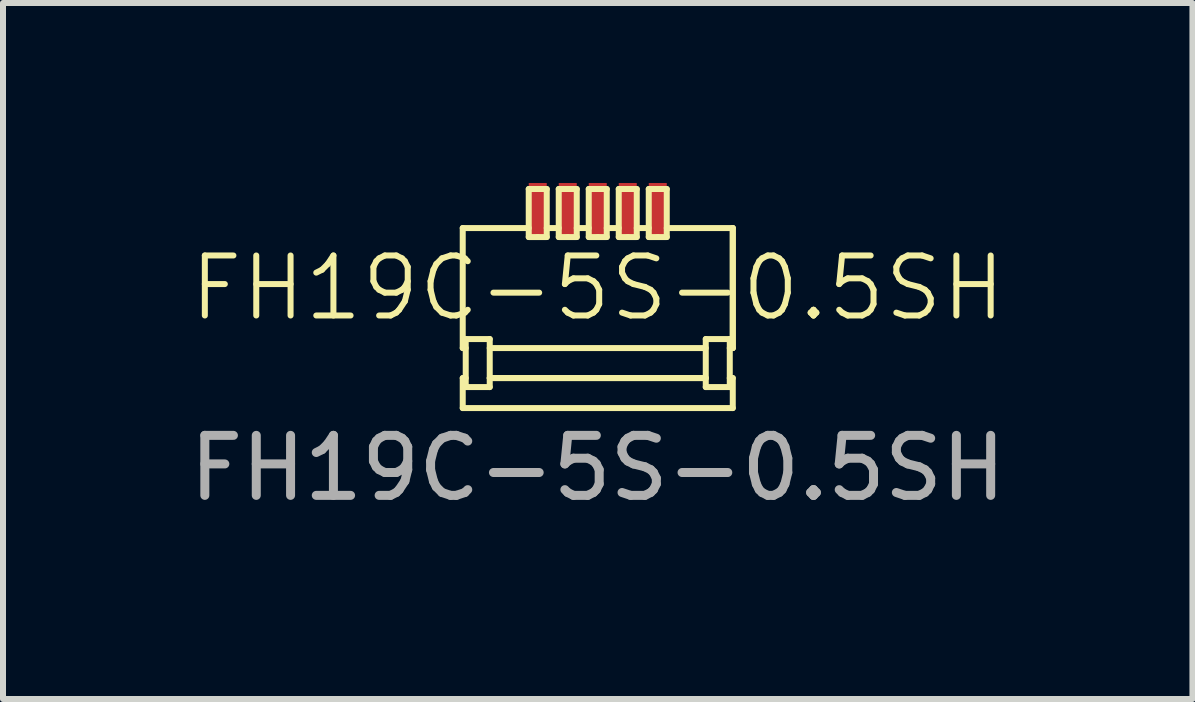
<source format=kicad_pcb>
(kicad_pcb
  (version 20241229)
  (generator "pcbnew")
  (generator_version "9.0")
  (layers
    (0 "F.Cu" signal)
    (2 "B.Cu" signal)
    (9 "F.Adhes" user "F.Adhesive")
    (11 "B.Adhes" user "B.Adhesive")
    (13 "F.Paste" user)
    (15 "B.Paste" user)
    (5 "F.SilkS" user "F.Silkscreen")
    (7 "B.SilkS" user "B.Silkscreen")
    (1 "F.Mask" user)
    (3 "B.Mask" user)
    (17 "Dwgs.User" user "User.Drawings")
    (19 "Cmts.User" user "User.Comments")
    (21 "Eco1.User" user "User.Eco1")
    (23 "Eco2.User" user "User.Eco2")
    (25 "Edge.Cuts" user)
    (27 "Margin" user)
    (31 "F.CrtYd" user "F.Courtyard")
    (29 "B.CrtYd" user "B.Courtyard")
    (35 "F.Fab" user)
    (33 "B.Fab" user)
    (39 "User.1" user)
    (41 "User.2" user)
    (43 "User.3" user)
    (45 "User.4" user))
  (footprint "FH19C-5S-0.5SH"
    (layer "F.Cu")
    (at 6.911 2.25)
    (property "Reference" "FH19C-5S-0.5SH" (at 0 -0.5 0) (unlocked yes) (layer "F.SilkS") (effects (font (size 1 1) (thickness 0.1))))
    (attr smd)
    (fp_line (start -2.25 0.5) (end -2.25 -1.5) (stroke (width 0.1) (type solid)) (layer "F.SilkS"))
    (fp_line (start -2.25 0.5) (end -2.2 0.5) (stroke (width 0.1) (type solid)) (layer "F.SilkS"))
    (fp_line (start -2.25 1) (end -2.25 1.5) (stroke (width 0.1) (type solid)) (layer "F.SilkS"))
    (fp_line (start -2.2 0.35) (end -1.8 0.35) (stroke (width 0.1) (type solid)) (layer "F.SilkS"))
    (fp_line (start -2.2 1) (end -2.25 1) (stroke (width 0.1) (type solid)) (layer "F.SilkS"))
    (fp_line (start -2.2 1.15) (end -2.2 0.35) (stroke (width 0.1) (type solid)) (layer "F.SilkS"))
    (fp_line (start -1.8 0.5) (end 1.8 0.5) (stroke (width 0.1) (type solid)) (layer "F.SilkS"))
    (fp_line (start -1.8 1) (end 1.8 1) (stroke (width 0.1) (type solid)) (layer "F.SilkS"))
    (fp_line (start -1.8 1.15) (end -2.2 1.15) (stroke (width 0.1) (type solid)) (layer "F.SilkS"))
    (fp_line (start -1.8 1.15) (end -1.8 0.35) (stroke (width 0.1) (type solid)) (layer "F.SilkS"))
    (fp_line (start -1.15 -2.15) (end -0.85 -2.15) (stroke (width 0.1) (type solid)) (layer "F.SilkS"))
    (fp_line (start -1.15 -1.5) (end -2.25 -1.5) (stroke (width 0.1) (type solid)) (layer "F.SilkS"))
    (fp_line (start -1.15 -1.35) (end -1.15 -2.15) (stroke (width 0.1) (type solid)) (layer "F.SilkS"))
    (fp_line (start -1 -1.35) (end -1.15 -1.35) (stroke (width 0.1) (type solid)) (layer "F.SilkS"))
    (fp_line (start -0.85 -2.15) (end -0.85 -1.35) (stroke (width 0.1) (type solid)) (layer "F.SilkS"))
    (fp_line (start -0.85 -1.35) (end -1 -1.35) (stroke (width 0.1) (type solid)) (layer "F.SilkS"))
    (fp_line (start -0.65 -2.15) (end -0.35 -2.15) (stroke (width 0.1) (type solid)) (layer "F.SilkS"))
    (fp_line (start -0.65 -1.5) (end -0.85 -1.5) (stroke (width 0.1) (type solid)) (layer "F.SilkS"))
    (fp_line (start -0.65 -1.35) (end -0.65 -2.15) (stroke (width 0.1) (type solid)) (layer "F.SilkS"))
    (fp_line (start -0.5 -1.35) (end -0.65 -1.35) (stroke (width 0.1) (type solid)) (layer "F.SilkS"))
    (fp_line (start -0.35 -2.15) (end -0.35 -1.35) (stroke (width 0.1) (type solid)) (layer "F.SilkS"))
    (fp_line (start -0.35 -1.35) (end -0.5 -1.35) (stroke (width 0.1) (type solid)) (layer "F.SilkS"))
    (fp_line (start -0.15 -2.15) (end 0.15 -2.15) (stroke (width 0.1) (type solid)) (layer "F.SilkS"))
    (fp_line (start -0.15 -1.5) (end -0.35 -1.5) (stroke (width 0.1) (type solid)) (layer "F.SilkS"))
    (fp_line (start -0.15 -1.35) (end -0.15 -2.15) (stroke (width 0.1) (type solid)) (layer "F.SilkS"))
    (fp_line (start 0 -1.35) (end -0.15 -1.35) (stroke (width 0.1) (type solid)) (layer "F.SilkS"))
    (fp_line (start 0.15 -2.15) (end 0.15 -1.35) (stroke (width 0.1) (type solid)) (layer "F.SilkS"))
    (fp_line (start 0.15 -1.35) (end 0 -1.35) (stroke (width 0.1) (type solid)) (layer "F.SilkS"))
    (fp_line (start 0.35 -2.15) (end 0.65 -2.15) (stroke (width 0.1) (type solid)) (layer "F.SilkS"))
    (fp_line (start 0.35 -1.5) (end 0.15 -1.5) (stroke (width 0.1) (type solid)) (layer "F.SilkS"))
    (fp_line (start 0.35 -1.35) (end 0.35 -2.15) (stroke (width 0.1) (type solid)) (layer "F.SilkS"))
    (fp_line (start 0.5 -1.35) (end 0.35 -1.35) (stroke (width 0.1) (type solid)) (layer "F.SilkS"))
    (fp_line (start 0.65 -2.15) (end 0.65 -1.35) (stroke (width 0.1) (type solid)) (layer "F.SilkS"))
    (fp_line (start 0.65 -1.35) (end 0.5 -1.35) (stroke (width 0.1) (type solid)) (layer "F.SilkS"))
    (fp_line (start 0.85 -2.15) (end 1.15 -2.15) (stroke (width 0.1) (type solid)) (layer "F.SilkS"))
    (fp_line (start 0.85 -1.5) (end 0.65 -1.5) (stroke (width 0.1) (type solid)) (layer "F.SilkS"))
    (fp_line (start 0.85 -1.35) (end 0.85 -2.15) (stroke (width 0.1) (type solid)) (layer "F.SilkS"))
    (fp_line (start 1 -1.35) (end 0.85 -1.35) (stroke (width 0.1) (type solid)) (layer "F.SilkS"))
    (fp_line (start 1.15 -2.15) (end 1.15 -1.35) (stroke (width 0.1) (type solid)) (layer "F.SilkS"))
    (fp_line (start 1.15 -1.35) (end 1 -1.35) (stroke (width 0.1) (type solid)) (layer "F.SilkS"))
    (fp_line (start 1.8 1) (end -1.8 1) (stroke (width 0.1) (type solid)) (layer "F.SilkS"))
    (fp_line (start 1.8 1.15) (end 1.8 0.35) (stroke (width 0.1) (type solid)) (layer "F.SilkS"))
    (fp_line (start 1.8 1.15) (end 2.2 1.15) (stroke (width 0.1) (type solid)) (layer "F.SilkS"))
    (fp_line (start 2.2 0.35) (end 1.8 0.35) (stroke (width 0.1) (type solid)) (layer "F.SilkS"))
    (fp_line (start 2.2 0.5) (end 2.25 0.5) (stroke (width 0.1) (type solid)) (layer "F.SilkS"))
    (fp_line (start 2.2 1.15) (end 2.2 0.35) (stroke (width 0.1) (type solid)) (layer "F.SilkS"))
    (fp_line (start 2.25 -1.5) (end 1.15 -1.5) (stroke (width 0.1) (type solid)) (layer "F.SilkS"))
    (fp_line (start 2.25 -1.5) (end 2.25 0.5) (stroke (width 0.1) (type solid)) (layer "F.SilkS"))
    (fp_line (start 2.25 -1.5) (end 2.25 0.5) (stroke (width 0.1) (type solid)) (layer "F.SilkS"))
    (fp_line (start 2.25 1) (end 2.2 1) (stroke (width 0.1) (type solid)) (layer "F.SilkS"))
    (fp_line (start 2.25 1) (end 2.25 1.5) (stroke (width 0.1) (type solid)) (layer "F.SilkS"))
    (fp_line (start 2.25 1.5) (end -2.25 1.5) (stroke (width 0.1) (type solid)) (layer "F.SilkS"))
    (fp_text user "${REFERENCE}" (at 0 2.5 0) (unlocked yes) (layer "F.Fab") (effects (font (size 1 1) (thickness 0.15))))
    (pad "" smd rect (at -2 0.75) (size 0.3 0.9) (layers "F.Mask" "F.Paste"))
    (pad "" smd rect (at 2 0.75) (size 0.3 0.9) (layers "F.Mask" "F.Paste"))
    (pad "1" smd rect (at -1 -1.8) (size 0.3 0.9) (layers "F.Cu" "F.Mask" "F.Paste"))
    (pad "2" smd rect (at -0.5 -1.8) (size 0.3 0.9) (layers "F.Cu" "F.Mask" "F.Paste"))
    (pad "3" smd rect (at 0 -1.8) (size 0.3 0.9) (layers "F.Cu" "F.Mask" "F.Paste"))
    (pad "4" smd rect (at 0.5 -1.8) (size 0.3 0.9) (layers "F.Cu" "F.Mask" "F.Paste"))
    (pad "5" smd rect (at 1 -1.8) (size 0.3 0.9) (layers "F.Cu" "F.Mask" "F.Paste")))
  (gr_rect
    (start -3 -3)
    (end 16.821 8.598)
    (stroke (width 0.1) (type default))
    (fill no)
    (layer "Edge.Cuts")))
</source>
